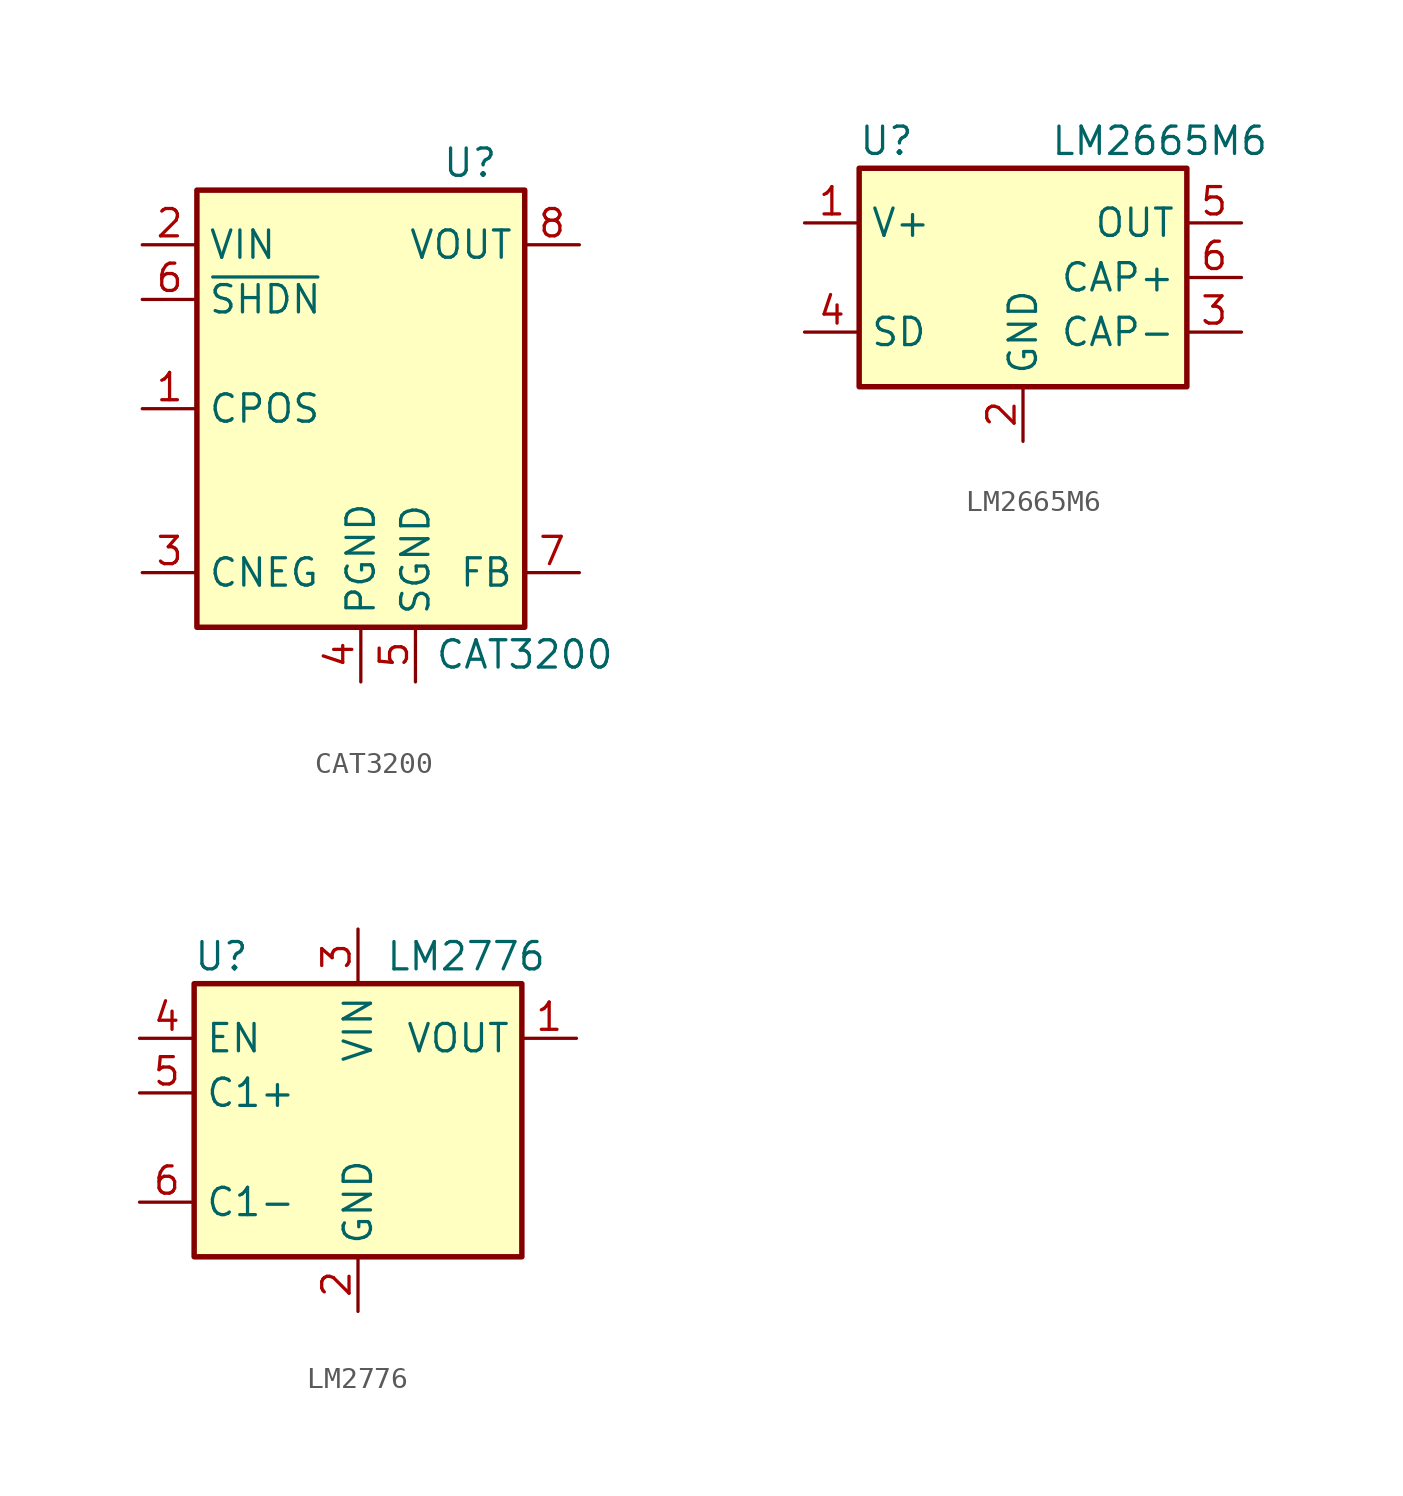
<source format=kicad_sym>
(kicad_symbol_lib
  (version 20211014)
  (generator kicad_symbol_editor)
  (symbol "CAT3200"
    (property "Reference" "U"
      (at 5.08 11.43 0)
      (effects (font (size 1.27 1.27))))
    (property "Value" "CAT3200"
      (at 7.62 -11.43 0)
      (effects (font (size 1.27 1.27))))
    (symbol "CAT3200_0_1"
      (rectangle (start -7.62 10.16) (end 7.62 -10.16) (stroke (width 0.254) (type default) (color 0 0 0 0)) (fill (type background))))
    (symbol "CAT3200_1_1"
      (pin passive line (at -10.16 0 0) (length 2.54) (name "CPOS" (effects (font (size 1.27 1.27)))) (number "1" (effects (font (size 1.27 1.27)))))
      (pin power_in line (at -10.16 7.62 0) (length 2.54) (name "VIN" (effects (font (size 1.27 1.27)))) (number "2" (effects (font (size 1.27 1.27)))))
      (pin passive line (at -10.16 -7.62 0) (length 2.54) (name "CNEG" (effects (font (size 1.27 1.27)))) (number "3" (effects (font (size 1.27 1.27)))))
      (pin power_in line (at 0 -12.7 90) (length 2.54) (name "PGND" (effects (font (size 1.27 1.27)))) (number "4" (effects (font (size 1.27 1.27)))))
      (pin power_in line (at 2.54 -12.7 90) (length 2.54) (name "SGND" (effects (font (size 1.27 1.27)))) (number "5" (effects (font (size 1.27 1.27)))))
      (pin input line (at -10.16 5.08 0) (length 2.54) (name "~{SHDN}" (effects (font (size 1.27 1.27)))) (number "6" (effects (font (size 1.27 1.27)))))
      (pin input line (at 10.16 -7.62 180) (length 2.54) (name "FB" (effects (font (size 1.27 1.27)))) (number "7" (effects (font (size 1.27 1.27)))))
      (pin power_out line (at 10.16 7.62 180) (length 2.54) (name "VOUT" (effects (font (size 1.27 1.27)))) (number "8" (effects (font (size 1.27 1.27)))))))
  (symbol "LM2665M6"
    (property "Reference" "U"
      (at -6.35 6.35 0)
      (effects (font (size 1.27 1.27))))
    (property "Value" "LM2665M6"
      (at 1.27 6.35 0)
      (effects (font (size 1.27 1.27)) (justify left)))
    (symbol "LM2665M6_0_1"
      (rectangle (start -7.62 5.08) (end 7.62 -5.08) (stroke (width 0.254) (type default) (color 0 0 0 0)) (fill (type background))))
    (symbol "LM2665M6_1_1"
      (pin passive line (at -10.16 2.54 0) (length 2.54) (name "V+" (effects (font (size 1.27 1.27)))) (number "1" (effects (font (size 1.27 1.27)))))
      (pin power_in line (at 0 -7.62 90) (length 2.54) (name "GND" (effects (font (size 1.27 1.27)))) (number "2" (effects (font (size 1.27 1.27)))))
      (pin passive line (at 10.16 -2.54 180) (length 2.54) (name "CAP-" (effects (font (size 1.27 1.27)))) (number "3" (effects (font (size 1.27 1.27)))))
      (pin input line (at -10.16 -2.54 0) (length 2.54) (name "SD" (effects (font (size 1.27 1.27)))) (number "4" (effects (font (size 1.27 1.27)))))
      (pin passive line (at 10.16 2.54 180) (length 2.54) (name "OUT" (effects (font (size 1.27 1.27)))) (number "5" (effects (font (size 1.27 1.27)))))
      (pin passive line (at 10.16 0 180) (length 2.54) (name "CAP+" (effects (font (size 1.27 1.27)))) (number "6" (effects (font (size 1.27 1.27)))))))
  (symbol "LM2776"
    (property "Reference" "U"
      (at -6.35 6.35 0)
      (effects (font (size 1.27 1.27))))
    (property "Value" "LM2776"
      (at 1.27 6.35 0)
      (effects (font (size 1.27 1.27)) (justify left)))
    (symbol "LM2776_0_1"
      (rectangle (start -7.62 5.08) (end 7.62 -7.62) (stroke (width 0.254) (type default) (color 0 0 0 0)) (fill (type background))))
    (symbol "LM2776_1_1"
      (pin power_out line (at 10.16 2.54 180) (length 2.54) (name "VOUT" (effects (font (size 1.27 1.27)))) (number "1" (effects (font (size 1.27 1.27)))))
      (pin power_in line (at 0 -10.16 90) (length 2.54) (name "GND" (effects (font (size 1.27 1.27)))) (number "2" (effects (font (size 1.27 1.27)))))
      (pin power_in line (at 0 7.62 270) (length 2.54) (name "VIN" (effects (font (size 1.27 1.27)))) (number "3" (effects (font (size 1.27 1.27)))))
      (pin input line (at -10.16 2.54 0) (length 2.54) (name "EN" (effects (font (size 1.27 1.27)))) (number "4" (effects (font (size 1.27 1.27)))))
      (pin passive line (at -10.16 0 0) (length 2.54) (name "C1+" (effects (font (size 1.27 1.27)))) (number "5" (effects (font (size 1.27 1.27)))))
      (pin passive line (at -10.16 -5.08 0) (length 2.54) (name "C1-" (effects (font (size 1.27 1.27)))) (number "6" (effects (font (size 1.27 1.27))))))))
</source>
